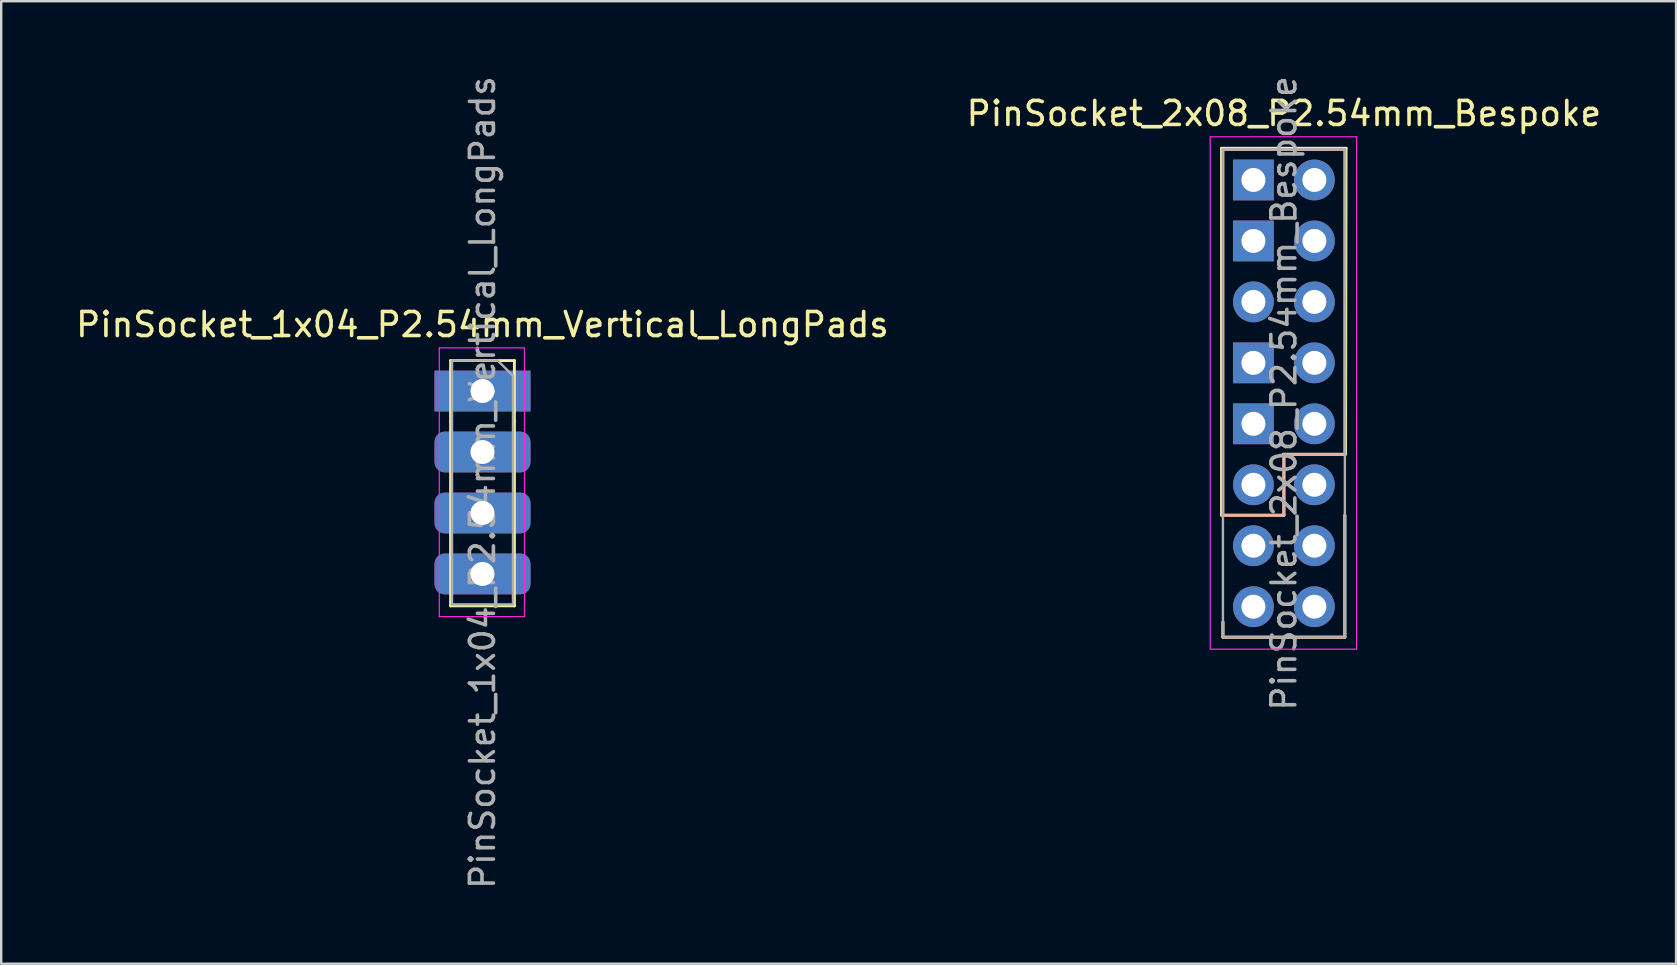
<source format=kicad_pcb>
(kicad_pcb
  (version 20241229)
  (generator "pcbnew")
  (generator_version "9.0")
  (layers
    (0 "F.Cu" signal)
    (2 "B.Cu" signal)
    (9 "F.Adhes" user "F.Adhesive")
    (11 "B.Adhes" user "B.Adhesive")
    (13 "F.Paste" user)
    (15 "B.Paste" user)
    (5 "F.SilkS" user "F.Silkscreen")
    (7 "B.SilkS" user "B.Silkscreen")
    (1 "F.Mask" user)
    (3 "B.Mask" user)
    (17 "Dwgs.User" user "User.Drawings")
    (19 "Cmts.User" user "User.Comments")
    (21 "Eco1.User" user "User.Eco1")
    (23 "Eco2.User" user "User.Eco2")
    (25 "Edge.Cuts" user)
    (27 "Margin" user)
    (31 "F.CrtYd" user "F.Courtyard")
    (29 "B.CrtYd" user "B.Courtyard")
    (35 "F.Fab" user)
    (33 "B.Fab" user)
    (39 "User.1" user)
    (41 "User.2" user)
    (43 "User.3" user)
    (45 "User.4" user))
  (footprint "PinSocket_1x04_P2.54mm_Vertical_LongPads"
    (layer "F.Cu")
    (at 17.054 13.244)
    (property "Reference" "PinSocket_1x04_P2.54mm_Vertical_LongPads" (at 0 -2.77 0) (layer "F.SilkS") (effects (font (size 1 1) (thickness 0.15))))
    (attr through_hole)
    (fp_line (start -1.33 -1.27) (end 1.33 -1.27) (stroke (width 0.12) (type solid)) (layer "F.SilkS"))
    (fp_line (start -1.33 1.27) (end -1.33 -1.27) (stroke (width 0.12) (type solid)) (layer "F.SilkS"))
    (fp_line (start -1.33 1.27) (end -1.33 8.95) (stroke (width 0.12) (type solid)) (layer "F.SilkS"))
    (fp_line (start -1.33 8.95) (end 1.33 8.95) (stroke (width 0.12) (type solid)) (layer "F.SilkS"))
    (fp_line (start 1.33 -1.27) (end 1.33 1.27) (stroke (width 0.12) (type solid)) (layer "F.SilkS"))
    (fp_line (start 1.33 1.27) (end 1.33 8.95) (stroke (width 0.12) (type solid)) (layer "F.SilkS"))
    (fp_line (start -1.8 -1.8) (end 1.75 -1.8) (stroke (width 0.05) (type solid)) (layer "F.CrtYd"))
    (fp_line (start -1.8 9.4) (end -1.8 -1.8) (stroke (width 0.05) (type solid)) (layer "F.CrtYd"))
    (fp_line (start 1.75 -1.8) (end 1.75 9.4) (stroke (width 0.05) (type solid)) (layer "F.CrtYd"))
    (fp_line (start 1.75 9.4) (end -1.8 9.4) (stroke (width 0.05) (type solid)) (layer "F.CrtYd"))
    (fp_line (start -1.27 -1.27) (end 0.635 -1.27) (stroke (width 0.1) (type solid)) (layer "F.Fab"))
    (fp_line (start -1.27 8.89) (end -1.27 -1.27) (stroke (width 0.1) (type solid)) (layer "F.Fab"))
    (fp_line (start 0.635 -1.27) (end 1.27 -0.635) (stroke (width 0.1) (type solid)) (layer "F.Fab"))
    (fp_line (start 1.27 -0.635) (end 1.27 8.89) (stroke (width 0.1) (type solid)) (layer "F.Fab"))
    (fp_line (start 1.27 8.89) (end -1.27 8.89) (stroke (width 0.1) (type solid)) (layer "F.Fab"))
    (fp_text user "${REFERENCE}" (at 0 3.81 90) (layer "F.Fab") (effects (font (size 1 1) (thickness 0.15))))
    (pad "1" thru_hole rect (at 0 0) (size 4 1.7) (drill 1) (layers "*.Cu" "*.Mask"))
    (pad "2" thru_hole roundrect (at 0 2.54) (size 4 1.7) (drill 1) (layers "*.Cu" "*.Mask") (roundrect_rratio 0.25))
    (pad "3" thru_hole roundrect (at 0 5.08) (size 4 1.7) (drill 1) (layers "*.Cu" "*.Mask") (roundrect_rratio 0.25))
    (pad "4" thru_hole roundrect (at 0 7.62) (size 4 1.7) (drill 1) (layers "*.Cu" "*.Mask") (roundrect_rratio 0.25)))
  (footprint "PinSocket_2x08_P2.54mm_Bespoke"
    (layer "F.Cu")
    (at 51.716 4.449)
    (property "Reference" "PinSocket_2x08_P2.54mm_Bespoke" (at -1.27 -2.77 180) (layer "F.SilkS") (effects (font (size 1 1) (thickness 0.15))))
    (attr through_hole)
    (fp_line (start -3.87 -1.321) (end -3.87 13.97) (stroke (width 0.12) (type solid)) (layer "F.SilkS"))
    (fp_line (start -3.87 -1.321) (end 1.321 -1.321) (stroke (width 0.12) (type solid)) (layer "F.SilkS"))
    (fp_line (start -3.87 13.97) (end -1.27 13.97) (stroke (width 0.12) (type solid)) (layer "F.SilkS"))
    (fp_line (start -3.81 18.415) (end -3.81 19.05) (stroke (width 0.12) (type solid)) (layer "F.SilkS"))
    (fp_line (start -3.81 19.05) (end 1.27 19.05) (stroke (width 0.12) (type solid)) (layer "F.SilkS"))
    (fp_line (start -1.3 11.43) (end 1.3 11.43) (stroke (width 0.12) (type solid)) (layer "F.SilkS"))
    (fp_line (start -1.27 13.97) (end -1.27 11.43) (stroke (width 0.12) (type solid)) (layer "F.SilkS"))
    (fp_line (start 1.27 19.05) (end 1.27 13.97) (stroke (width 0.12) (type solid)) (layer "F.SilkS"))
    (fp_line (start 1.321 -1.321) (end 1.3 11.43) (stroke (width 0.12) (type solid)) (layer "F.SilkS"))
    (fp_line (start -3.81 -1.27) (end 1.27 -1.27) (stroke (width 0.12) (type solid)) (layer "B.SilkS"))
    (fp_line (start -3.81 13.97) (end -3.81 -1.27) (stroke (width 0.12) (type solid)) (layer "B.SilkS"))
    (fp_line (start -3.81 18.415) (end -3.81 19.05) (stroke (width 0.12) (type solid)) (layer "B.SilkS"))
    (fp_line (start -3.81 19.05) (end 1.27 19.05) (stroke (width 0.12) (type solid)) (layer "B.SilkS"))
    (fp_line (start -1.27 11.43) (end -1.27 13.97) (stroke (width 0.12) (type solid)) (layer "B.SilkS"))
    (fp_line (start -1.27 13.97) (end -3.81 13.97) (stroke (width 0.12) (type solid)) (layer "B.SilkS"))
    (fp_line (start 1.27 -1.27) (end 1.27 11.43) (stroke (width 0.12) (type solid)) (layer "B.SilkS"))
    (fp_line (start 1.27 11.43) (end -1.27 11.43) (stroke (width 0.12) (type solid)) (layer "B.SilkS"))
    (fp_line (start 1.27 19.05) (end 1.27 13.97) (stroke (width 0.12) (type solid)) (layer "B.SilkS"))
    (fp_line (start -4.34 -1.8) (end 1.76 -1.8) (stroke (width 0.05) (type solid)) (layer "F.CrtYd"))
    (fp_line (start -4.34 19.55) (end -4.34 -1.8) (stroke (width 0.05) (type solid)) (layer "F.CrtYd"))
    (fp_line (start 1.76 -1.8) (end 1.76 19.55) (stroke (width 0.05) (type solid)) (layer "F.CrtYd"))
    (fp_line (start 1.76 19.55) (end -4.34 19.55) (stroke (width 0.05) (type solid)) (layer "F.CrtYd"))
    (fp_line (start -3.81 -1.27) (end 1.27 -1.27) (stroke (width 0.1) (type solid)) (layer "F.Fab"))
    (fp_line (start -3.81 19.05) (end -3.81 -1.27) (stroke (width 0.1) (type solid)) (layer "F.Fab"))
    (fp_line (start 1.27 -1.27) (end 1.27 19.05) (stroke (width 0.1) (type solid)) (layer "F.Fab"))
    (fp_line (start 1.27 19.05) (end -3.81 19.05) (stroke (width 0.1) (type solid)) (layer "F.Fab"))
    (fp_text user "${REFERENCE}" (at -1.27 8.89 90) (layer "F.Fab") (effects (font (size 1 1) (thickness 0.15))))
    (pad "1" thru_hole oval (at 0 0) (size 1.7 1.7) (drill 1) (layers "*.Cu" "*.Mask"))
    (pad "2" thru_hole rect (at -2.54 0) (size 1.7 1.7) (drill 1) (layers "*.Cu" "*.Mask"))
    (pad "3" thru_hole oval (at 0 2.54) (size 1.7 1.7) (drill 1) (layers "*.Cu" "*.Mask"))
    (pad "4" thru_hole rect (at -2.54 2.54) (size 1.7 1.7) (drill 1) (layers "*.Cu" "*.Mask"))
    (pad "5" thru_hole oval (at 0 5.08) (size 1.7 1.7) (drill 1) (layers "*.Cu" "*.Mask"))
    (pad "6" thru_hole oval (at -2.54 5.08) (size 1.7 1.7) (drill 1) (layers "*.Cu" "*.Mask"))
    (pad "7" thru_hole oval (at 0 7.62) (size 1.7 1.7) (drill 1) (layers "*.Cu" "*.Mask"))
    (pad "8" thru_hole rect (at -2.54 7.62) (size 1.7 1.7) (drill 1) (layers "*.Cu" "*.Mask"))
    (pad "9" thru_hole oval (at 0 10.16) (size 1.7 1.7) (drill 1) (layers "*.Cu" "*.Mask"))
    (pad "10" thru_hole rect (at -2.54 10.16) (size 1.7 1.7) (drill 1) (layers "*.Cu" "*.Mask"))
    (pad "11" thru_hole oval (at 0 12.7) (size 1.7 1.7) (drill 1) (layers "*.Cu" "*.Mask"))
    (pad "12" thru_hole oval (at -2.54 12.7) (size 1.7 1.7) (drill 1) (layers "*.Cu" "*.Mask"))
    (pad "13" thru_hole oval (at 0 15.24) (size 1.7 1.7) (drill 1) (layers "*.Cu" "*.Mask"))
    (pad "14" thru_hole oval (at -2.54 15.24) (size 1.7 1.7) (drill 1) (layers "*.Cu" "*.Mask"))
    (pad "15" thru_hole oval (at 0 17.78) (size 1.7 1.7) (drill 1) (layers "*.Cu" "*.Mask"))
    (pad "16" thru_hole oval (at -2.54 17.78) (size 1.7 1.7) (drill 1) (layers "*.Cu" "*.Mask")))
  (gr_rect
    (start -3 -3)
    (end 66.786 37.107)
    (stroke (width 0.1) (type default))
    (fill no)
    (layer "Edge.Cuts")))
</source>
